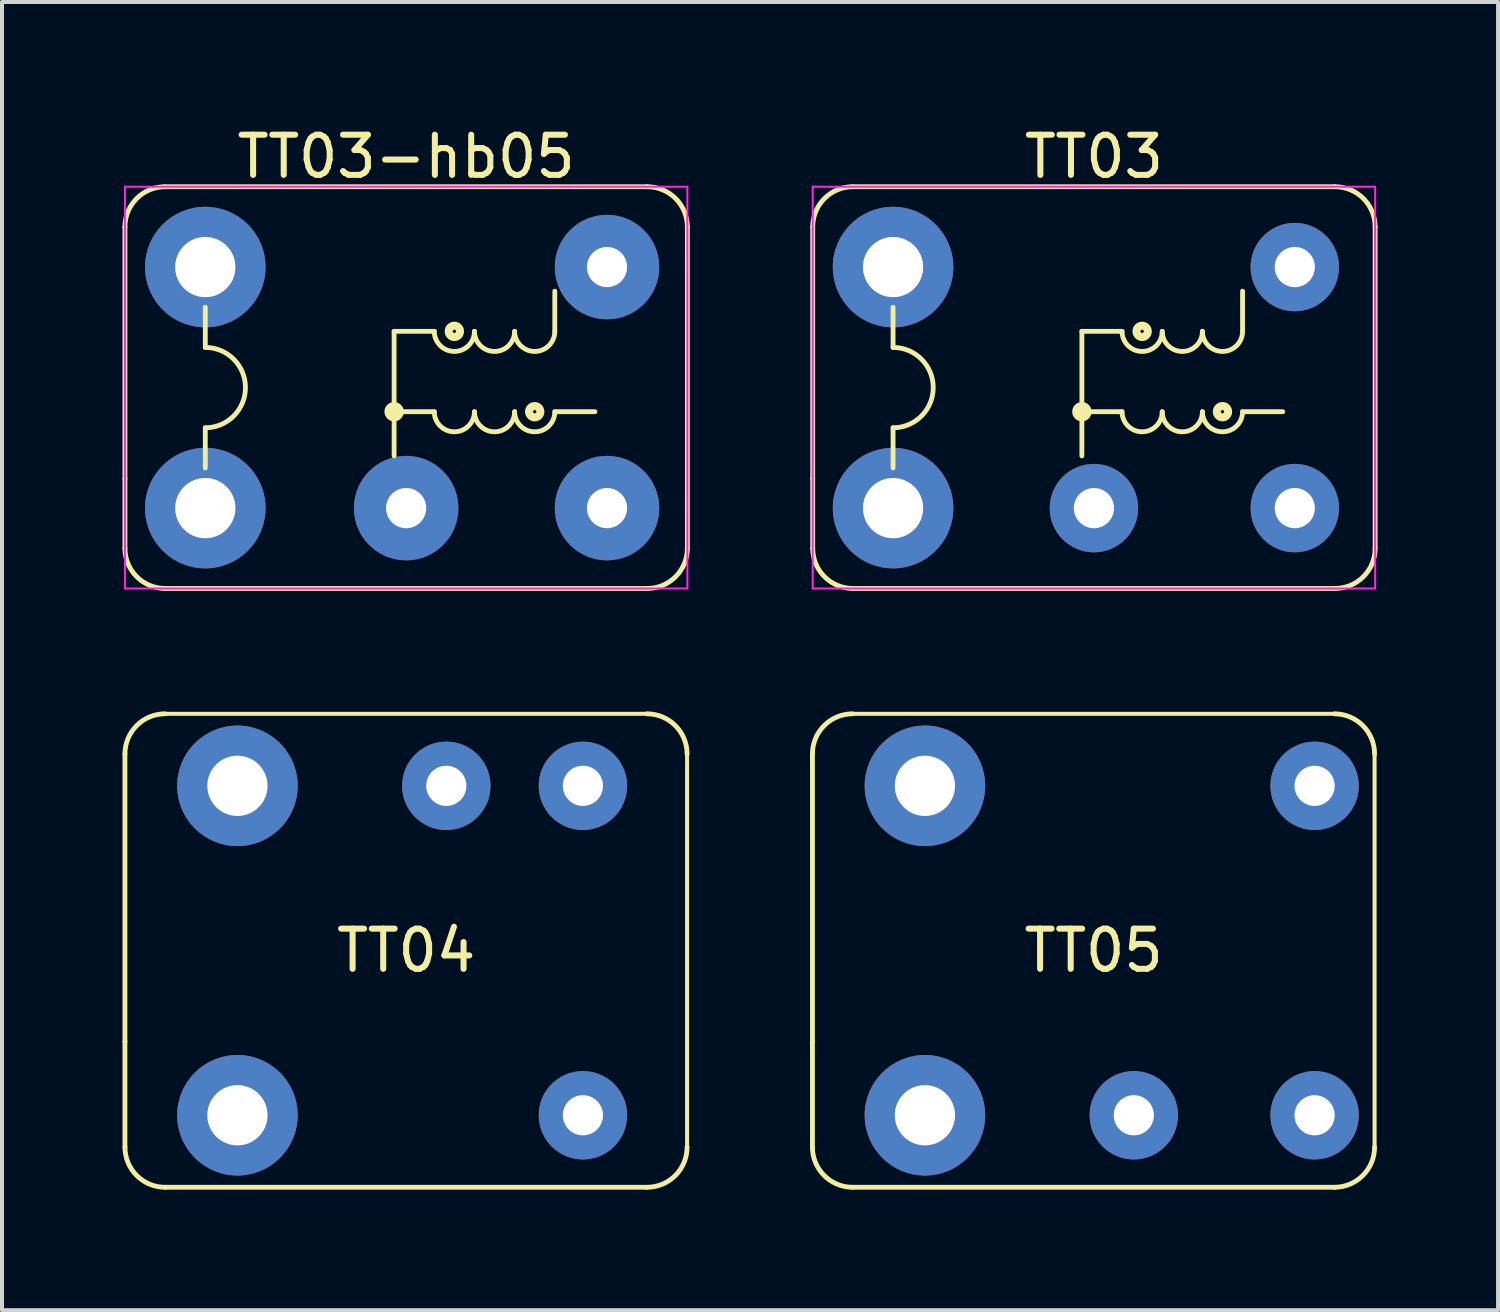
<source format=kicad_pcb>
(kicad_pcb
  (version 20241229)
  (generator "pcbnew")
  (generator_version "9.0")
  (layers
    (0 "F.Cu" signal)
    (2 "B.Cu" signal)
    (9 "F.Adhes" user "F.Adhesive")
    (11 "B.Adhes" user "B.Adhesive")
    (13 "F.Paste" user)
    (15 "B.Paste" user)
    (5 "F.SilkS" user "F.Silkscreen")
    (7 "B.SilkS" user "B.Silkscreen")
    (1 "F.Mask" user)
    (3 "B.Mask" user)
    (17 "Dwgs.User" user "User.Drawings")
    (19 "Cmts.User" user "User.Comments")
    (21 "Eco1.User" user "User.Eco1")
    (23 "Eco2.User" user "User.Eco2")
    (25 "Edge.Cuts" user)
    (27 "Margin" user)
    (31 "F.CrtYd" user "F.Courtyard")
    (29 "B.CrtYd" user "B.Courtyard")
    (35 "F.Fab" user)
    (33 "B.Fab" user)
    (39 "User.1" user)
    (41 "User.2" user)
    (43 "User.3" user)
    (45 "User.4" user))
  (footprint "TT03"
    (layer "F.Cu")
    (at 24.18 6.598)
    (property "Reference" "TT03" (at 0 -5.75 180) (layer "F.SilkS") (effects (font (size 1 1) (thickness 0.15))))
    (attr through_hole)
    (fp_line (start -7 -4) (end -7 2.267) (stroke (width 0.12) (type solid)) (layer "F.SilkS"))
    (fp_line (start -7 2.267) (end -7 4) (stroke (width 0.12) (type solid)) (layer "F.SilkS"))
    (fp_line (start -6 5) (end 6 5) (stroke (width 0.12) (type solid)) (layer "F.SilkS"))
    (fp_line (start -5 -1) (end -5 -2) (stroke (width 0.12) (type solid)) (layer "F.SilkS"))
    (fp_line (start -5 1) (end -5 2) (stroke (width 0.12) (type solid)) (layer "F.SilkS"))
    (fp_line (start -0.3 -1.4) (end -0.3 1.7) (stroke (width 0.12) (type solid)) (layer "F.SilkS"))
    (fp_line (start 0.7 -1.4) (end -0.3 -1.4) (stroke (width 0.12) (type solid)) (layer "F.SilkS"))
    (fp_line (start 0.7 0.6) (end -0.3 0.6) (stroke (width 0.12) (type solid)) (layer "F.SilkS"))
    (fp_line (start 3.7 -1.4) (end 3.7 -2.4) (stroke (width 0.12) (type solid)) (layer "F.SilkS"))
    (fp_line (start 3.7 0.6) (end 4.7 0.6) (stroke (width 0.12) (type solid)) (layer "F.SilkS"))
    (fp_line (start 6 -5) (end -6 -5) (stroke (width 0.12) (type solid)) (layer "F.SilkS"))
    (fp_line (start 7 4) (end 7 -4) (stroke (width 0.12) (type solid)) (layer "F.SilkS"))
    (fp_arc (start -7 -4) (mid -6.707107 -4.707107) (end -6 -5) (stroke (width 0.12) (type solid)) (layer "F.SilkS"))
    (fp_arc (start -6 5) (mid -6.707107 4.707107) (end -7 4) (stroke (width 0.12) (type solid)) (layer "F.SilkS"))
    (fp_arc (start -5 -1) (mid -4 0) (end -5 1) (stroke (width 0.12) (type solid)) (layer "F.SilkS"))
    (fp_arc (start 1.7 -1.4) (mid 1.2 -0.9) (end 0.7 -1.4) (stroke (width 0.12) (type solid)) (layer "F.SilkS"))
    (fp_arc (start 1.7 0.6) (mid 1.2 1.1) (end 0.7 0.6) (stroke (width 0.12) (type solid)) (layer "F.SilkS"))
    (fp_arc (start 2.7 -1.4) (mid 2.2 -0.9) (end 1.7 -1.4) (stroke (width 0.12) (type solid)) (layer "F.SilkS"))
    (fp_arc (start 2.7 0.6) (mid 2.2 1.1) (end 1.7 0.6) (stroke (width 0.12) (type solid)) (layer "F.SilkS"))
    (fp_arc (start 3.7 -1.4) (mid 3.2 -0.9) (end 2.7 -1.4) (stroke (width 0.12) (type solid)) (layer "F.SilkS"))
    (fp_arc (start 3.7 0.6) (mid 3.2 1.1) (end 2.7 0.6) (stroke (width 0.12) (type solid)) (layer "F.SilkS"))
    (fp_arc (start 6 -5) (mid 6.707107 -4.707107) (end 7 -4) (stroke (width 0.12) (type solid)) (layer "F.SilkS"))
    (fp_arc (start 7 4) (mid 6.707107 4.707107) (end 6 5) (stroke (width 0.12) (type solid)) (layer "F.SilkS"))
    (fp_circle (center -0.3 0.6) (end -0.159 0.6) (stroke (width 0.2) (type solid)) (fill no) (layer "F.SilkS"))
    (fp_circle (center 1.2 -1.4) (end 1.2 -1.541) (stroke (width 0.2) (type solid)) (fill no) (layer "F.SilkS"))
    (fp_circle (center 3.2 0.6) (end 3.2 0.459) (stroke (width 0.2) (type solid)) (fill no) (layer "F.SilkS"))
    (fp_line (start -7 -5) (end 7 -5) (stroke (width 0.05) (type solid)) (layer "F.CrtYd"))
    (fp_line (start -7 5) (end -7 -5) (stroke (width 0.05) (type solid)) (layer "F.CrtYd"))
    (fp_line (start 7 -5) (end 7 5) (stroke (width 0.05) (type solid)) (layer "F.CrtYd"))
    (fp_line (start 7 5) (end -7 5) (stroke (width 0.05) (type solid)) (layer "F.CrtYd"))
    (pad "1" thru_hole circle (at -5 3) (size 3 3) (drill 1.5) (layers "*.Cu" "*.Mask"))
    (pad "2" thru_hole circle (at -5 -3) (size 3 3) (drill 1.5) (layers "*.Cu" "*.Mask"))
    (pad "3" thru_hole circle (at 5 -3) (size 2.2 2.2) (drill 1) (layers "*.Cu" "*.Mask"))
    (pad "4" thru_hole circle (at 5 3) (size 2.2 2.2) (drill 1) (layers "*.Cu" "*.Mask"))
    (pad "5" thru_hole circle (at 0 3) (size 2.2 2.2) (drill 1) (layers "*.Cu" "*.Mask")))
  (footprint "TT04"
    (layer "F.Cu")
    (at 7.06 20.611)
    (property "Reference" "TT04" (at 0 0 180) (layer "F.SilkS") (effects (font (size 1 1) (thickness 0.15))))
    (attr through_hole)
    (fp_line (start -7 -4.893) (end -7 2.267) (stroke (width 0.12) (type solid)) (layer "F.SilkS"))
    (fp_line (start -7 2.267) (end -7 4.893) (stroke (width 0.12) (type solid)) (layer "F.SilkS"))
    (fp_line (start -6 -5.893) (end 5.993 -5.893) (stroke (width 0.1) (type default)) (layer "F.SilkS"))
    (fp_line (start -6 5.893) (end 5.993 5.893) (stroke (width 0.12) (type solid)) (layer "F.SilkS"))
    (fp_line (start 6.993 4.893) (end 6.993 -4.893) (stroke (width 0.1) (type default)) (layer "F.SilkS"))
    (fp_arc (start -7 -4.892893) (mid -6.707107 -5.6) (end -6 -5.892893) (stroke (width 0.12) (type solid)) (layer "F.SilkS"))
    (fp_arc (start -6 5.892893) (mid -6.707107 5.6) (end -7 4.892893) (stroke (width 0.12) (type solid)) (layer "F.SilkS"))
    (fp_arc (start 5.99289 -5.892893) (mid 6.700001 -5.600002) (end 6.99289 -4.892893) (stroke (width 0.12) (type solid)) (layer "F.SilkS"))
    (fp_arc (start 6.992891 4.892889) (mid 6.7 5.6) (end 5.992891 5.892889) (stroke (width 0.12) (type solid)) (layer "F.SilkS"))
    (pad "1" thru_hole circle (at -4.2 4.1) (size 3 3) (drill 1.5) (layers "*.Cu" "*.Mask"))
    (pad "2" thru_hole circle (at -4.2 -4.1) (size 3 3) (drill 1.5) (layers "*.Cu" "*.Mask"))
    (pad "3" thru_hole circle (at 4.4 -4.1) (size 2.2 2.2) (drill 1) (layers "*.Cu" "*.Mask"))
    (pad "4" thru_hole circle (at 4.4 4.1) (size 2.2 2.2) (drill 1) (layers "*.Cu" "*.Mask"))
    (pad "5" thru_hole circle (at 1 -4.1) (size 2.2 2.2) (drill 1) (layers "*.Cu" "*.Mask")))
  (footprint "TT05"
    (layer "F.Cu")
    (at 24.173 20.611)
    (property "Reference" "TT05" (at 0 0 180) (layer "F.SilkS") (effects (font (size 1 1) (thickness 0.15))))
    (attr through_hole)
    (fp_line (start -7 -4.893) (end -7 2.267) (stroke (width 0.12) (type solid)) (layer "F.SilkS"))
    (fp_line (start -7 2.267) (end -7 4.893) (stroke (width 0.12) (type solid)) (layer "F.SilkS"))
    (fp_line (start -6 -5.893) (end 5.993 -5.893) (stroke (width 0.1) (type default)) (layer "F.SilkS"))
    (fp_line (start -6 5.893) (end 5.993 5.893) (stroke (width 0.12) (type solid)) (layer "F.SilkS"))
    (fp_line (start 6.993 4.893) (end 6.993 -4.893) (stroke (width 0.1) (type default)) (layer "F.SilkS"))
    (fp_arc (start -7 -4.892893) (mid -6.707107 -5.6) (end -6 -5.892893) (stroke (width 0.12) (type solid)) (layer "F.SilkS"))
    (fp_arc (start -6 5.892893) (mid -6.707107 5.6) (end -7 4.892893) (stroke (width 0.12) (type solid)) (layer "F.SilkS"))
    (fp_arc (start 5.99289 -5.892893) (mid 6.700001 -5.600002) (end 6.99289 -4.892893) (stroke (width 0.12) (type solid)) (layer "F.SilkS"))
    (fp_arc (start 6.992891 4.892889) (mid 6.7 5.6) (end 5.992891 5.892889) (stroke (width 0.12) (type solid)) (layer "F.SilkS"))
    (pad "1" thru_hole circle (at -4.2 4.1) (size 3 3) (drill 1.5) (layers "*.Cu" "*.Mask"))
    (pad "2" thru_hole circle (at -4.2 -4.1) (size 3 3) (drill 1.5) (layers "*.Cu" "*.Mask"))
    (pad "3" thru_hole circle (at 5.5 -4.1) (size 2.2 2.2) (drill 1) (layers "*.Cu" "*.Mask"))
    (pad "4" thru_hole circle (at 5.5 4.1) (size 2.2 2.2) (drill 1) (layers "*.Cu" "*.Mask"))
    (pad "5" thru_hole circle (at 1 4.1) (size 2.2 2.2) (drill 1) (layers "*.Cu" "*.Mask")))
  (footprint "TT03-hb05"
    (layer "F.Cu")
    (at 7.06 6.598)
    (property "Reference" "TT03-hb05" (at 0 -5.75 180) (layer "F.SilkS") (effects (font (size 1 1) (thickness 0.15))))
    (attr through_hole)
    (fp_line (start -7 -4) (end -7 2.267) (stroke (width 0.12) (type solid)) (layer "F.SilkS"))
    (fp_line (start -7 2.267) (end -7 4) (stroke (width 0.12) (type solid)) (layer "F.SilkS"))
    (fp_line (start -6 5) (end 6 5) (stroke (width 0.12) (type solid)) (layer "F.SilkS"))
    (fp_line (start -5 -1) (end -5 -2) (stroke (width 0.12) (type solid)) (layer "F.SilkS"))
    (fp_line (start -5 1) (end -5 2) (stroke (width 0.12) (type solid)) (layer "F.SilkS"))
    (fp_line (start -0.3 -1.4) (end -0.3 1.7) (stroke (width 0.12) (type solid)) (layer "F.SilkS"))
    (fp_line (start 0.7 -1.4) (end -0.3 -1.4) (stroke (width 0.12) (type solid)) (layer "F.SilkS"))
    (fp_line (start 0.7 0.6) (end -0.3 0.6) (stroke (width 0.12) (type solid)) (layer "F.SilkS"))
    (fp_line (start 3.7 -1.4) (end 3.7 -2.4) (stroke (width 0.12) (type solid)) (layer "F.SilkS"))
    (fp_line (start 3.7 0.6) (end 4.7 0.6) (stroke (width 0.12) (type solid)) (layer "F.SilkS"))
    (fp_line (start 6 -5) (end -6 -5) (stroke (width 0.12) (type solid)) (layer "F.SilkS"))
    (fp_line (start 7 4) (end 7 -4) (stroke (width 0.12) (type solid)) (layer "F.SilkS"))
    (fp_arc (start -7 -4) (mid -6.707107 -4.707107) (end -6 -5) (stroke (width 0.12) (type solid)) (layer "F.SilkS"))
    (fp_arc (start -6 5) (mid -6.707107 4.707107) (end -7 4) (stroke (width 0.12) (type solid)) (layer "F.SilkS"))
    (fp_arc (start -5 -1) (mid -4 0) (end -5 1) (stroke (width 0.12) (type solid)) (layer "F.SilkS"))
    (fp_arc (start 1.7 -1.4) (mid 1.2 -0.9) (end 0.7 -1.4) (stroke (width 0.12) (type solid)) (layer "F.SilkS"))
    (fp_arc (start 1.7 0.6) (mid 1.2 1.1) (end 0.7 0.6) (stroke (width 0.12) (type solid)) (layer "F.SilkS"))
    (fp_arc (start 2.7 -1.4) (mid 2.2 -0.9) (end 1.7 -1.4) (stroke (width 0.12) (type solid)) (layer "F.SilkS"))
    (fp_arc (start 2.7 0.6) (mid 2.2 1.1) (end 1.7 0.6) (stroke (width 0.12) (type solid)) (layer "F.SilkS"))
    (fp_arc (start 3.7 -1.4) (mid 3.2 -0.9) (end 2.7 -1.4) (stroke (width 0.12) (type solid)) (layer "F.SilkS"))
    (fp_arc (start 3.7 0.6) (mid 3.2 1.1) (end 2.7 0.6) (stroke (width 0.12) (type solid)) (layer "F.SilkS"))
    (fp_arc (start 6 -5) (mid 6.707107 -4.707107) (end 7 -4) (stroke (width 0.12) (type solid)) (layer "F.SilkS"))
    (fp_arc (start 7 4) (mid 6.707107 4.707107) (end 6 5) (stroke (width 0.12) (type solid)) (layer "F.SilkS"))
    (fp_circle (center -0.3 0.6) (end -0.159 0.6) (stroke (width 0.2) (type solid)) (fill no) (layer "F.SilkS"))
    (fp_circle (center 1.2 -1.4) (end 1.2 -1.541) (stroke (width 0.2) (type solid)) (fill no) (layer "F.SilkS"))
    (fp_circle (center 3.2 0.6) (end 3.2 0.459) (stroke (width 0.2) (type solid)) (fill no) (layer "F.SilkS"))
    (fp_line (start -7 -5) (end 7 -5) (stroke (width 0.05) (type solid)) (layer "F.CrtYd"))
    (fp_line (start -7 5) (end -7 -5) (stroke (width 0.05) (type solid)) (layer "F.CrtYd"))
    (fp_line (start 7 -5) (end 7 5) (stroke (width 0.05) (type solid)) (layer "F.CrtYd"))
    (fp_line (start 7 5) (end -7 5) (stroke (width 0.05) (type solid)) (layer "F.CrtYd"))
    (pad "1" thru_hole circle (at -5 3) (size 3 3) (drill 1.5) (layers "*.Cu" "*.Mask"))
    (pad "2" thru_hole circle (at -5 -3) (size 3 3) (drill 1.5) (layers "*.Cu" "*.Mask"))
    (pad "3" thru_hole circle (at 5 -3) (size 2.6 2.6) (drill 1) (layers "*.Cu" "*.Mask"))
    (pad "4" thru_hole circle (at 5 3) (size 2.6 2.6) (drill 1) (layers "*.Cu" "*.Mask"))
    (pad "5" thru_hole circle (at 0 3) (size 2.6 2.6) (drill 1) (layers "*.Cu" "*.Mask")))
  (gr_rect
    (start -3 -3)
    (end 34.24 29.564)
    (stroke (width 0.1) (type default))
    (fill no)
    (layer "Edge.Cuts")))
</source>
